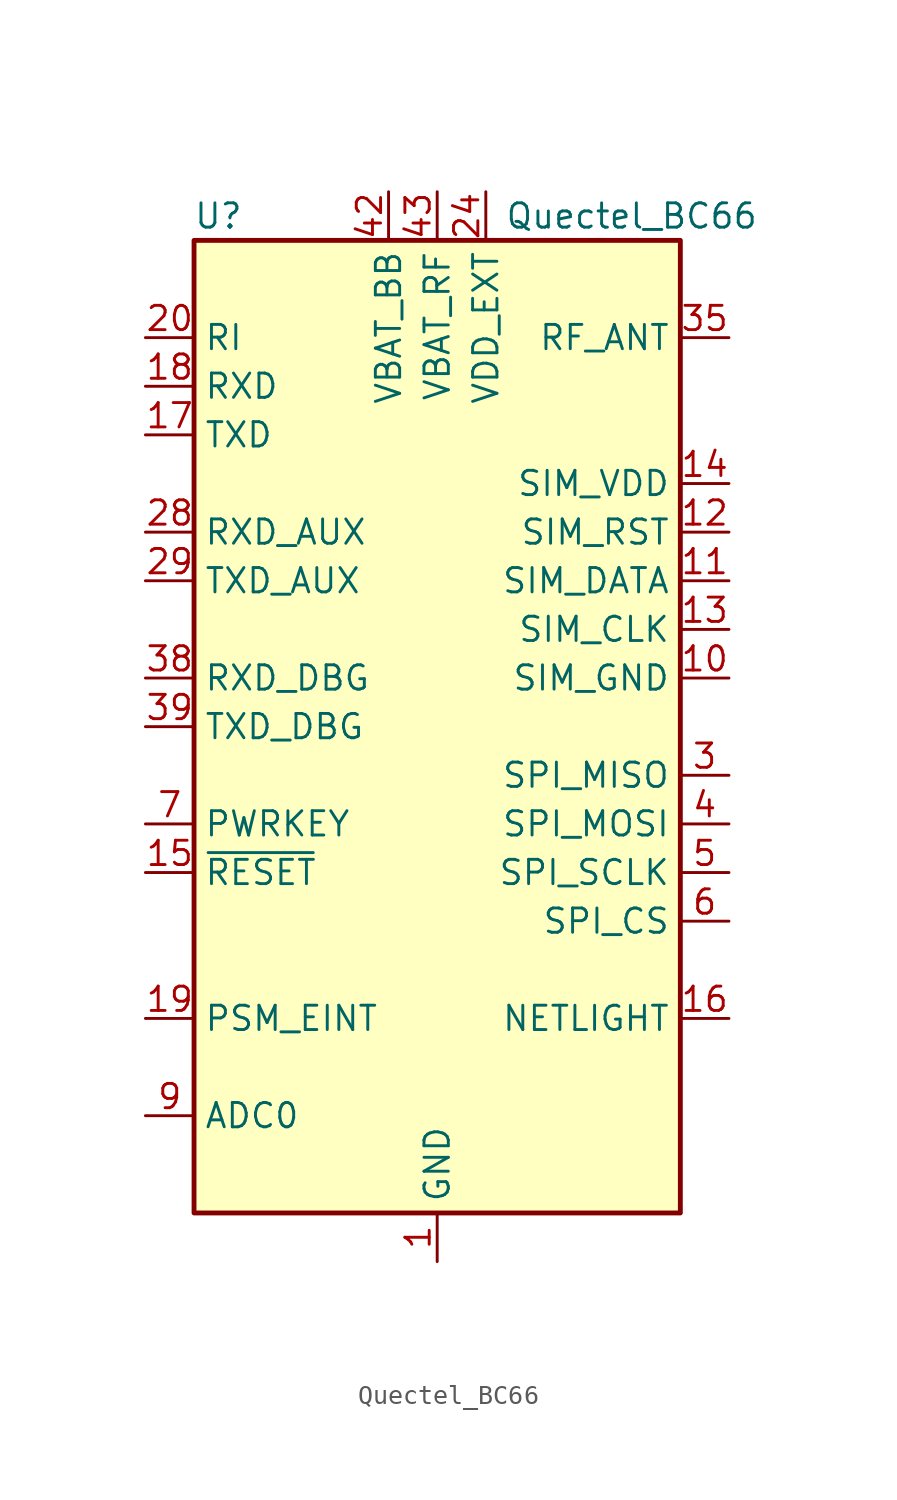
<source format=kicad_sym>
(kicad_symbol_lib
  (version 20231120)
  (generator "kicad_symbol_editor")
  (generator_version "8.0")
  (symbol "Quectel_BC66"
    (property "Reference" "U"
      (at -11.43 26.67 0)
      (effects (font (size 1.27 1.27))))
    (property "Value" "Quectel_BC66"
      (at 10.16 26.67 0)
      (effects (font (size 1.27 1.27))))
    (symbol "Quectel_BC66_0_1"
      (rectangle (start -12.7 25.4) (end 12.7 -25.4) (stroke (width 0.254) (type default)) (fill (type background))))
    (symbol "Quectel_BC66_1_1"
      (pin power_in line (at 0 -27.94 90) (length 2.54) (name "GND" (effects (font (size 1.27 1.27)))) (number "1" (effects (font (size 1.27 1.27)))))
      (pin power_out line (at 15.24 2.54 180) (length 2.54) (name "SIM_GND" (effects (font (size 1.27 1.27)))) (number "10" (effects (font (size 1.27 1.27)))))
      (pin bidirectional line (at 15.24 7.62 180) (length 2.54) (name "SIM_DATA" (effects (font (size 1.27 1.27)))) (number "11" (effects (font (size 1.27 1.27)))))
      (pin output line (at 15.24 10.16 180) (length 2.54) (name "SIM_RST" (effects (font (size 1.27 1.27)))) (number "12" (effects (font (size 1.27 1.27)))))
      (pin output line (at 15.24 5.08 180) (length 2.54) (name "SIM_CLK" (effects (font (size 1.27 1.27)))) (number "13" (effects (font (size 1.27 1.27)))))
      (pin power_out line (at 15.24 12.7 180) (length 2.54) (name "SIM_VDD" (effects (font (size 1.27 1.27)))) (number "14" (effects (font (size 1.27 1.27)))))
      (pin input line (at -15.24 -7.62 0) (length 2.54) (name "~{RESET}" (effects (font (size 1.27 1.27)))) (number "15" (effects (font (size 1.27 1.27)))))
      (pin output line (at 15.24 -15.24 180) (length 2.54) (name "NETLIGHT" (effects (font (size 1.27 1.27)))) (number "16" (effects (font (size 1.27 1.27)))))
      (pin output line (at -15.24 15.24 0) (length 2.54) (name "TXD" (effects (font (size 1.27 1.27)))) (number "17" (effects (font (size 1.27 1.27)))))
      (pin input line (at -15.24 17.78 0) (length 2.54) (name "RXD" (effects (font (size 1.27 1.27)))) (number "18" (effects (font (size 1.27 1.27)))))
      (pin input line (at -15.24 -15.24 0) (length 2.54) (name "PSM_EINT" (effects (font (size 1.27 1.27)))) (number "19" (effects (font (size 1.27 1.27)))))
      (pin no_connect line (at -5.08 25.4 270) (length 2.54) hide (name "RESERVED" (effects (font (size 1.27 1.27)))) (number "2" (effects (font (size 1.27 1.27)))))
      (pin output line (at -15.24 20.32 0) (length 2.54) (name "RI" (effects (font (size 1.27 1.27)))) (number "20" (effects (font (size 1.27 1.27)))))
      (pin no_connect line (at -12.7 12.7 0) (length 2.54) hide (name "RESERVED" (effects (font (size 1.27 1.27)))) (number "21" (effects (font (size 1.27 1.27)))))
      (pin no_connect line (at -12.7 5.08 0) (length 2.54) hide (name "RESERVED" (effects (font (size 1.27 1.27)))) (number "22" (effects (font (size 1.27 1.27)))))
      (pin no_connect line (at -12.7 -2.54 0) (length 2.54) hide (name "RESERVED" (effects (font (size 1.27 1.27)))) (number "23" (effects (font (size 1.27 1.27)))))
      (pin power_out line (at 2.54 27.94 270) (length 2.54) (name "VDD_EXT" (effects (font (size 1.27 1.27)))) (number "24" (effects (font (size 1.27 1.27)))))
      (pin no_connect line (at -12.7 -10.16 0) (length 2.54) hide (name "RESERVED" (effects (font (size 1.27 1.27)))) (number "25" (effects (font (size 1.27 1.27)))))
      (pin no_connect line (at -12.7 -17.78 0) (length 2.54) hide (name "RESERVED" (effects (font (size 1.27 1.27)))) (number "26" (effects (font (size 1.27 1.27)))))
      (pin passive line (at 0 -27.94 90) (length 2.54) hide (name "GND" (effects (font (size 1.27 1.27)))) (number "27" (effects (font (size 1.27 1.27)))))
      (pin input line (at -15.24 10.16 0) (length 2.54) (name "RXD_AUX" (effects (font (size 1.27 1.27)))) (number "28" (effects (font (size 1.27 1.27)))))
      (pin output line (at -15.24 7.62 0) (length 2.54) (name "TXD_AUX" (effects (font (size 1.27 1.27)))) (number "29" (effects (font (size 1.27 1.27)))))
      (pin input line (at 15.24 -2.54 180) (length 2.54) (name "SPI_MISO" (effects (font (size 1.27 1.27)))) (number "3" (effects (font (size 1.27 1.27)))))
      (pin no_connect line (at -12.7 -22.86 0) (length 2.54) hide (name "RESERVED" (effects (font (size 1.27 1.27)))) (number "30" (effects (font (size 1.27 1.27)))))
      (pin no_connect line (at -10.16 -25.4 90) (length 2.54) hide (name "RESERVED" (effects (font (size 1.27 1.27)))) (number "31" (effects (font (size 1.27 1.27)))))
      (pin no_connect line (at -7.62 -25.4 90) (length 2.54) hide (name "RESERVED" (effects (font (size 1.27 1.27)))) (number "32" (effects (font (size 1.27 1.27)))))
      (pin no_connect line (at -5.08 -25.4 90) (length 2.54) hide (name "RESERVED" (effects (font (size 1.27 1.27)))) (number "33" (effects (font (size 1.27 1.27)))))
      (pin passive line (at 0 -27.94 90) (length 2.54) hide (name "GND" (effects (font (size 1.27 1.27)))) (number "34" (effects (font (size 1.27 1.27)))))
      (pin passive line (at 15.24 20.32 180) (length 2.54) (name "RF_ANT" (effects (font (size 1.27 1.27)))) (number "35" (effects (font (size 1.27 1.27)))))
      (pin passive line (at 0 -27.94 90) (length 2.54) hide (name "GND" (effects (font (size 1.27 1.27)))) (number "36" (effects (font (size 1.27 1.27)))))
      (pin passive line (at 0 -27.94 90) (length 2.54) hide (name "GND" (effects (font (size 1.27 1.27)))) (number "37" (effects (font (size 1.27 1.27)))))
      (pin input line (at -15.24 2.54 0) (length 2.54) (name "RXD_DBG" (effects (font (size 1.27 1.27)))) (number "38" (effects (font (size 1.27 1.27)))))
      (pin output line (at -15.24 0 0) (length 2.54) (name "TXD_DBG" (effects (font (size 1.27 1.27)))) (number "39" (effects (font (size 1.27 1.27)))))
      (pin output line (at 15.24 -5.08 180) (length 2.54) (name "SPI_MOSI" (effects (font (size 1.27 1.27)))) (number "4" (effects (font (size 1.27 1.27)))))
      (pin passive line (at 0 -27.94 90) (length 2.54) hide (name "GND" (effects (font (size 1.27 1.27)))) (number "40" (effects (font (size 1.27 1.27)))))
      (pin passive line (at 0 -27.94 90) (length 2.54) hide (name "GND" (effects (font (size 1.27 1.27)))) (number "41" (effects (font (size 1.27 1.27)))))
      (pin power_in line (at -2.54 27.94 270) (length 2.54) (name "VBAT_BB" (effects (font (size 1.27 1.27)))) (number "42" (effects (font (size 1.27 1.27)))))
      (pin power_in line (at 0 27.94 270) (length 2.54) (name "VBAT_RF" (effects (font (size 1.27 1.27)))) (number "43" (effects (font (size 1.27 1.27)))))
      (pin no_connect line (at -2.54 -25.4 90) (length 2.54) hide (name "RESERVED" (effects (font (size 1.27 1.27)))) (number "44" (effects (font (size 1.27 1.27)))))
      (pin no_connect line (at 5.08 -25.4 90) (length 2.54) hide (name "RESERVED" (effects (font (size 1.27 1.27)))) (number "45" (effects (font (size 1.27 1.27)))))
      (pin no_connect line (at 7.62 -25.4 90) (length 2.54) hide (name "RESERVED" (effects (font (size 1.27 1.27)))) (number "46" (effects (font (size 1.27 1.27)))))
      (pin no_connect line (at 10.16 -25.4 90) (length 2.54) hide (name "RESERVED" (effects (font (size 1.27 1.27)))) (number "47" (effects (font (size 1.27 1.27)))))
      (pin no_connect line (at 12.7 -22.86 180) (length 2.54) hide (name "RESERVED" (effects (font (size 1.27 1.27)))) (number "48" (effects (font (size 1.27 1.27)))))
      (pin no_connect line (at 12.7 -20.32 180) (length 2.54) hide (name "RESERVED" (effects (font (size 1.27 1.27)))) (number "49" (effects (font (size 1.27 1.27)))))
      (pin output line (at 15.24 -7.62 180) (length 2.54) (name "SPI_SCLK" (effects (font (size 1.27 1.27)))) (number "5" (effects (font (size 1.27 1.27)))))
      (pin no_connect line (at 12.7 -17.78 180) (length 2.54) hide (name "RESERVED" (effects (font (size 1.27 1.27)))) (number "50" (effects (font (size 1.27 1.27)))))
      (pin no_connect line (at -12.7 -12.7 0) (length 2.54) hide (name "RESERVED" (effects (font (size 1.27 1.27)))) (number "51" (effects (font (size 1.27 1.27)))))
      (pin no_connect line (at 12.7 -12.7 180) (length 2.54) hide (name "RESERVED" (effects (font (size 1.27 1.27)))) (number "52" (effects (font (size 1.27 1.27)))))
      (pin no_connect line (at 12.7 0 180) (length 2.54) hide (name "RESERVED" (effects (font (size 1.27 1.27)))) (number "53" (effects (font (size 1.27 1.27)))))
      (pin no_connect line (at 2.54 -25.4 90) (length 2.54) hide (name "RESERVED" (effects (font (size 1.27 1.27)))) (number "54" (effects (font (size 1.27 1.27)))))
      (pin no_connect line (at 12.7 17.78 180) (length 2.54) hide (name "RESERVED" (effects (font (size 1.27 1.27)))) (number "55" (effects (font (size 1.27 1.27)))))
      (pin no_connect line (at 12.7 15.24 180) (length 2.54) hide (name "RESERVED" (effects (font (size 1.27 1.27)))) (number "56" (effects (font (size 1.27 1.27)))))
      (pin no_connect line (at 12.7 22.86 180) (length 2.54) hide (name "RESERVED" (effects (font (size 1.27 1.27)))) (number "57" (effects (font (size 1.27 1.27)))))
      (pin no_connect line (at 5.08 25.4 270) (length 2.54) hide (name "RESERVED" (effects (font (size 1.27 1.27)))) (number "58" (effects (font (size 1.27 1.27)))))
      (pin output line (at 15.24 -10.16 180) (length 2.54) (name "SPI_CS" (effects (font (size 1.27 1.27)))) (number "6" (effects (font (size 1.27 1.27)))))
      (pin input line (at -15.24 -5.08 0) (length 2.54) (name "PWRKEY" (effects (font (size 1.27 1.27)))) (number "7" (effects (font (size 1.27 1.27)))))
      (pin no_connect line (at -12.7 22.86 0) (length 2.54) hide (name "RESERVED" (effects (font (size 1.27 1.27)))) (number "8" (effects (font (size 1.27 1.27)))))
      (pin input line (at -15.24 -20.32 0) (length 2.54) (name "ADC0" (effects (font (size 1.27 1.27)))) (number "9" (effects (font (size 1.27 1.27))))))))
</source>
